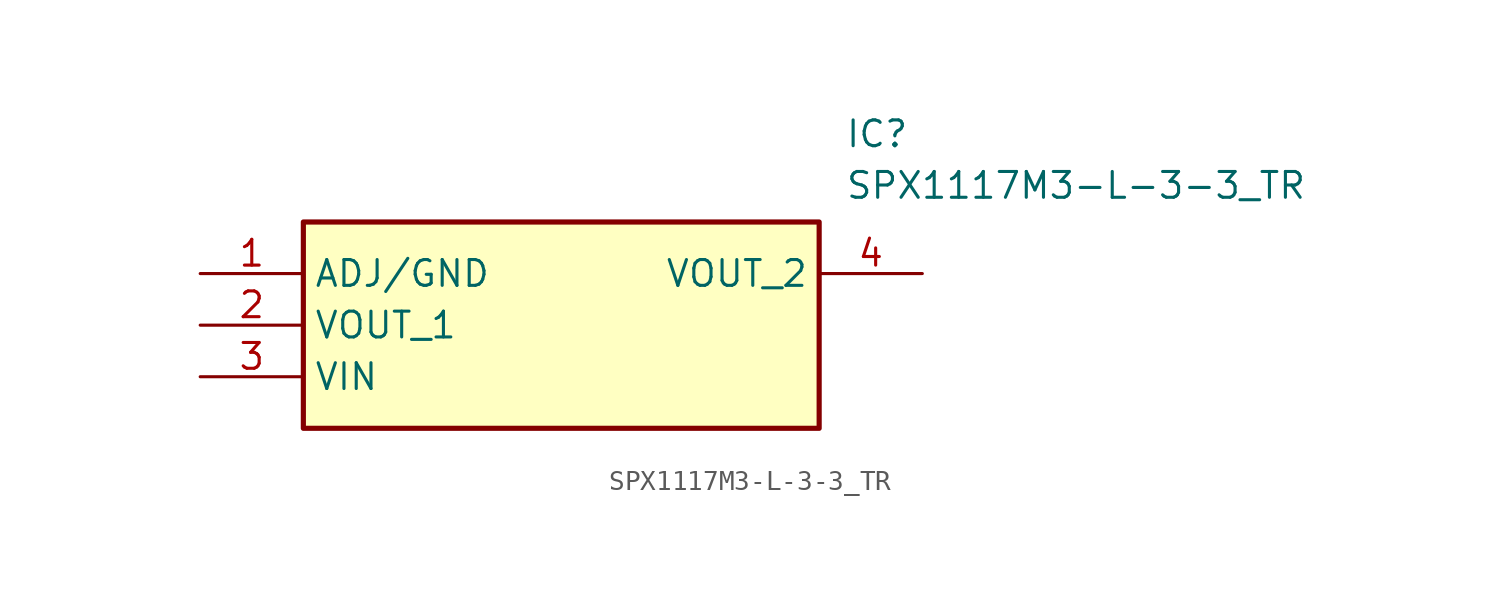
<source format=kicad_sym>
(kicad_symbol_lib
  (version 20211014)
  (generator SamacSys_ECAD_Model)
  (symbol "SPX1117M3-L-3-3_TR"
    (property "Reference" "IC"
      (at 31.75 7.62 0)
      (effects (font (size 1.27 1.27)) (justify left top)))
    (property "Value" "SPX1117M3-L-3-3_TR"
      (at 31.75 5.08 0)
      (effects (font (size 1.27 1.27)) (justify left top)))
    (rectangle
      (start 5.08 2.54)
      (end 30.48 -7.62)
      (stroke (width 0.254) (type default))
      (fill (type background)))
    (pin passive line
      (at 0 0 0)
      (length 5.08)
      (name "ADJ/GND" (effects (font (size 1.27 1.27))))
      (number "1" (effects (font (size 1.27 1.27)))))
    (pin passive line
      (at 0 -2.54 0)
      (length 5.08)
      (name "VOUT_1" (effects (font (size 1.27 1.27))))
      (number "2" (effects (font (size 1.27 1.27)))))
    (pin passive line
      (at 0 -5.08 0)
      (length 5.08)
      (name "VIN" (effects (font (size 1.27 1.27))))
      (number "3" (effects (font (size 1.27 1.27)))))
    (pin passive line
      (at 35.56 0 180)
      (length 5.08)
      (name "VOUT_2" (effects (font (size 1.27 1.27))))
      (number "4" (effects (font (size 1.27 1.27)))))))
</source>
